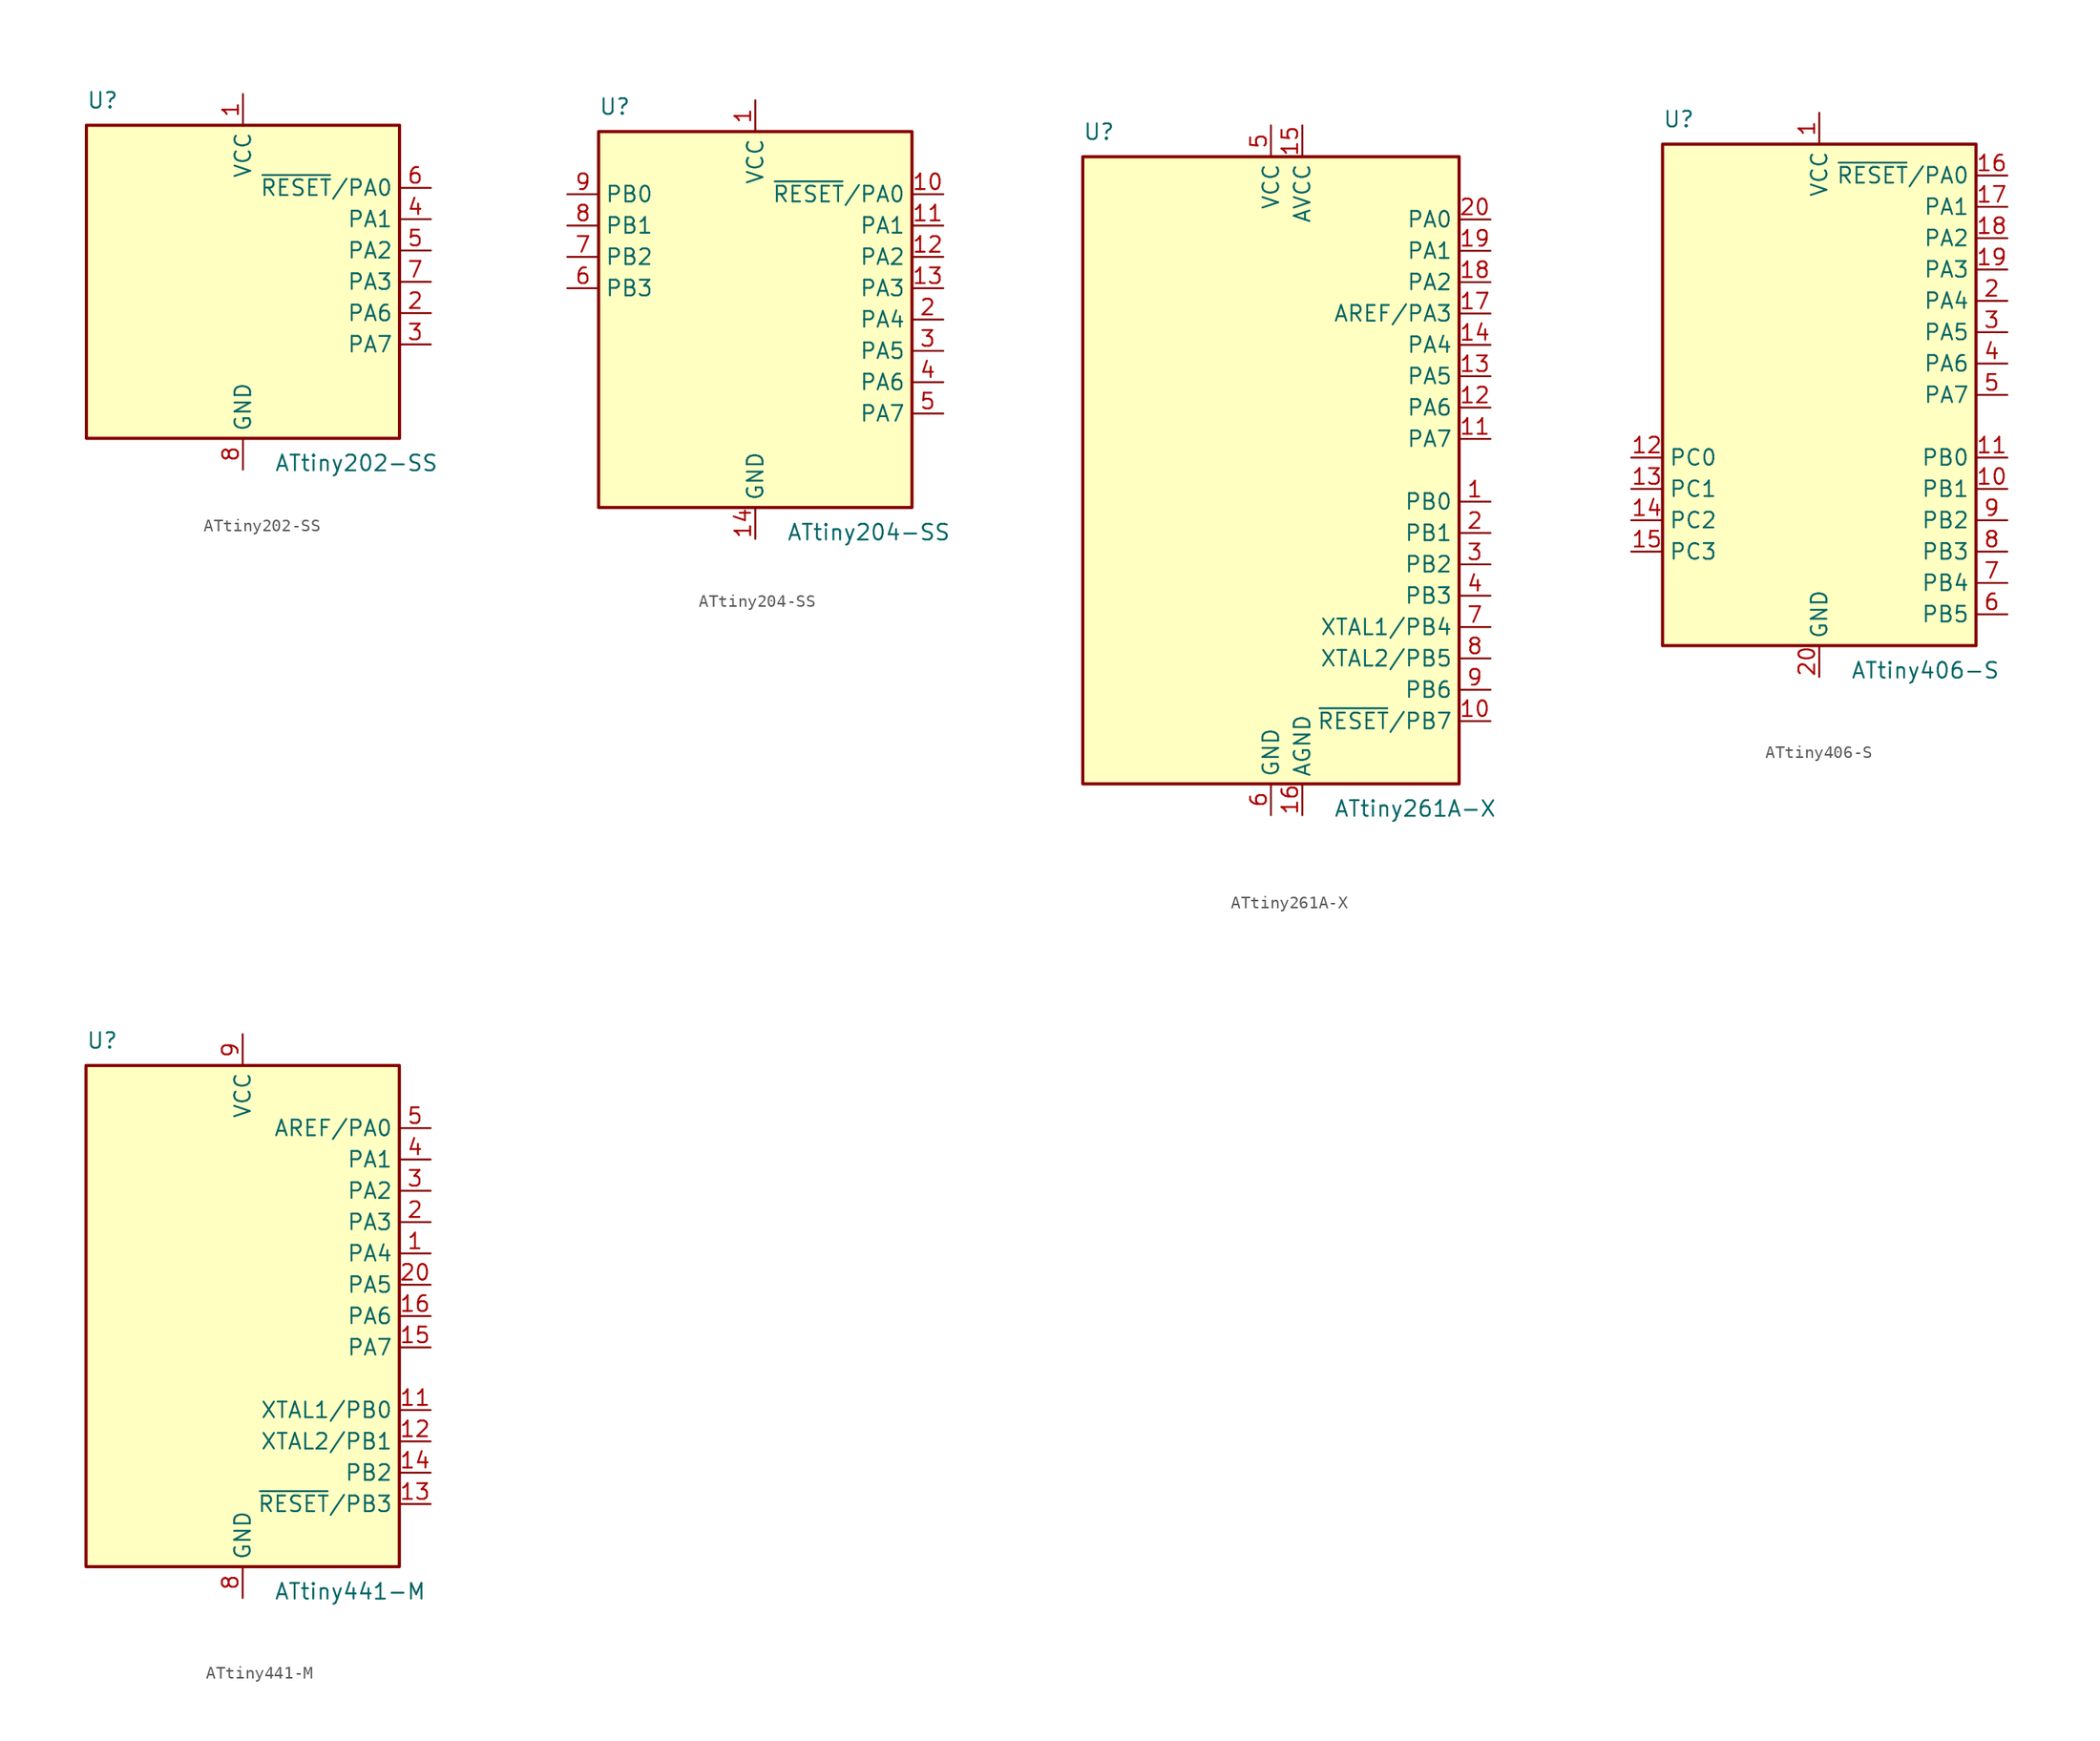
<source format=kicad_sym>
(kicad_symbol_lib
  (version 20211014)
  (generator kicad_symbol_editor)
  (symbol "ATtiny202-SS"
    (property "Reference" "U"
      (at -12.7 13.97 0)
      (effects (font (size 1.27 1.27)) (justify left bottom)))
    (property "Value" "ATtiny202-SS"
      (at 2.54 -13.97 0)
      (effects (font (size 1.27 1.27)) (justify left top)))
    (symbol "ATtiny202-SS_0_1"
      (rectangle (start -12.7 -12.7) (end 12.7 12.7) (stroke (width 0.254) (type default) (color 0 0 0 0)) (fill (type background))))
    (symbol "ATtiny202-SS_1_1"
      (pin power_in line (at 0 15.24 270) (length 2.54) (name "VCC" (effects (font (size 1.27 1.27)))) (number "1" (effects (font (size 1.27 1.27)))))
      (pin bidirectional line (at 15.24 -2.54 180) (length 2.54) (name "PA6" (effects (font (size 1.27 1.27)))) (number "2" (effects (font (size 1.27 1.27)))))
      (pin bidirectional line (at 15.24 -5.08 180) (length 2.54) (name "PA7" (effects (font (size 1.27 1.27)))) (number "3" (effects (font (size 1.27 1.27)))))
      (pin bidirectional line (at 15.24 5.08 180) (length 2.54) (name "PA1" (effects (font (size 1.27 1.27)))) (number "4" (effects (font (size 1.27 1.27)))))
      (pin bidirectional line (at 15.24 2.54 180) (length 2.54) (name "PA2" (effects (font (size 1.27 1.27)))) (number "5" (effects (font (size 1.27 1.27)))))
      (pin bidirectional line (at 15.24 7.62 180) (length 2.54) (name "~{RESET}/PA0" (effects (font (size 1.27 1.27)))) (number "6" (effects (font (size 1.27 1.27)))))
      (pin bidirectional line (at 15.24 0 180) (length 2.54) (name "PA3" (effects (font (size 1.27 1.27)))) (number "7" (effects (font (size 1.27 1.27)))))
      (pin power_in line (at 0 -15.24 90) (length 2.54) (name "GND" (effects (font (size 1.27 1.27)))) (number "8" (effects (font (size 1.27 1.27)))))))
  (symbol "ATtiny204-SS"
    (property "Reference" "U"
      (at -12.7 16.51 0)
      (effects (font (size 1.27 1.27)) (justify left bottom)))
    (property "Value" "ATtiny204-SS"
      (at 2.54 -16.51 0)
      (effects (font (size 1.27 1.27)) (justify left top)))
    (symbol "ATtiny204-SS_0_1"
      (rectangle (start -12.7 -15.24) (end 12.7 15.24) (stroke (width 0.254) (type default) (color 0 0 0 0)) (fill (type background))))
    (symbol "ATtiny204-SS_1_1"
      (pin power_in line (at 0 17.78 270) (length 2.54) (name "VCC" (effects (font (size 1.27 1.27)))) (number "1" (effects (font (size 1.27 1.27)))))
      (pin bidirectional line (at 15.24 10.16 180) (length 2.54) (name "~{RESET}/PA0" (effects (font (size 1.27 1.27)))) (number "10" (effects (font (size 1.27 1.27)))))
      (pin bidirectional line (at 15.24 7.62 180) (length 2.54) (name "PA1" (effects (font (size 1.27 1.27)))) (number "11" (effects (font (size 1.27 1.27)))))
      (pin bidirectional line (at 15.24 5.08 180) (length 2.54) (name "PA2" (effects (font (size 1.27 1.27)))) (number "12" (effects (font (size 1.27 1.27)))))
      (pin bidirectional line (at 15.24 2.54 180) (length 2.54) (name "PA3" (effects (font (size 1.27 1.27)))) (number "13" (effects (font (size 1.27 1.27)))))
      (pin power_in line (at 0 -17.78 90) (length 2.54) (name "GND" (effects (font (size 1.27 1.27)))) (number "14" (effects (font (size 1.27 1.27)))))
      (pin bidirectional line (at 15.24 0 180) (length 2.54) (name "PA4" (effects (font (size 1.27 1.27)))) (number "2" (effects (font (size 1.27 1.27)))))
      (pin bidirectional line (at 15.24 -2.54 180) (length 2.54) (name "PA5" (effects (font (size 1.27 1.27)))) (number "3" (effects (font (size 1.27 1.27)))))
      (pin bidirectional line (at 15.24 -5.08 180) (length 2.54) (name "PA6" (effects (font (size 1.27 1.27)))) (number "4" (effects (font (size 1.27 1.27)))))
      (pin bidirectional line (at 15.24 -7.62 180) (length 2.54) (name "PA7" (effects (font (size 1.27 1.27)))) (number "5" (effects (font (size 1.27 1.27)))))
      (pin bidirectional line (at -15.24 2.54 0) (length 2.54) (name "PB3" (effects (font (size 1.27 1.27)))) (number "6" (effects (font (size 1.27 1.27)))))
      (pin bidirectional line (at -15.24 5.08 0) (length 2.54) (name "PB2" (effects (font (size 1.27 1.27)))) (number "7" (effects (font (size 1.27 1.27)))))
      (pin bidirectional line (at -15.24 7.62 0) (length 2.54) (name "PB1" (effects (font (size 1.27 1.27)))) (number "8" (effects (font (size 1.27 1.27)))))
      (pin bidirectional line (at -15.24 10.16 0) (length 2.54) (name "PB0" (effects (font (size 1.27 1.27)))) (number "9" (effects (font (size 1.27 1.27)))))))
  (symbol "ATtiny261A-X"
    (property "Reference" "U"
      (at -15.24 26.67 0)
      (effects (font (size 1.27 1.27)) (justify left bottom)))
    (property "Value" "ATtiny261A-X"
      (at 5.08 -26.67 0)
      (effects (font (size 1.27 1.27)) (justify left top)))
    (symbol "ATtiny261A-X_0_1"
      (rectangle (start -15.24 -25.4) (end 15.24 25.4) (stroke (width 0.254) (type default) (color 0 0 0 0)) (fill (type background))))
    (symbol "ATtiny261A-X_1_1"
      (pin bidirectional line (at 17.78 -2.54 180) (length 2.54) (name "PB0" (effects (font (size 1.27 1.27)))) (number "1" (effects (font (size 1.27 1.27)))))
      (pin bidirectional line (at 17.78 -20.32 180) (length 2.54) (name "~{RESET}/PB7" (effects (font (size 1.27 1.27)))) (number "10" (effects (font (size 1.27 1.27)))))
      (pin bidirectional line (at 17.78 2.54 180) (length 2.54) (name "PA7" (effects (font (size 1.27 1.27)))) (number "11" (effects (font (size 1.27 1.27)))))
      (pin bidirectional line (at 17.78 5.08 180) (length 2.54) (name "PA6" (effects (font (size 1.27 1.27)))) (number "12" (effects (font (size 1.27 1.27)))))
      (pin bidirectional line (at 17.78 7.62 180) (length 2.54) (name "PA5" (effects (font (size 1.27 1.27)))) (number "13" (effects (font (size 1.27 1.27)))))
      (pin bidirectional line (at 17.78 10.16 180) (length 2.54) (name "PA4" (effects (font (size 1.27 1.27)))) (number "14" (effects (font (size 1.27 1.27)))))
      (pin power_in line (at 2.54 27.94 270) (length 2.54) (name "AVCC" (effects (font (size 1.27 1.27)))) (number "15" (effects (font (size 1.27 1.27)))))
      (pin power_in line (at 2.54 -27.94 90) (length 2.54) (name "AGND" (effects (font (size 1.27 1.27)))) (number "16" (effects (font (size 1.27 1.27)))))
      (pin bidirectional line (at 17.78 12.7 180) (length 2.54) (name "AREF/PA3" (effects (font (size 1.27 1.27)))) (number "17" (effects (font (size 1.27 1.27)))))
      (pin bidirectional line (at 17.78 15.24 180) (length 2.54) (name "PA2" (effects (font (size 1.27 1.27)))) (number "18" (effects (font (size 1.27 1.27)))))
      (pin bidirectional line (at 17.78 17.78 180) (length 2.54) (name "PA1" (effects (font (size 1.27 1.27)))) (number "19" (effects (font (size 1.27 1.27)))))
      (pin bidirectional line (at 17.78 -5.08 180) (length 2.54) (name "PB1" (effects (font (size 1.27 1.27)))) (number "2" (effects (font (size 1.27 1.27)))))
      (pin bidirectional line (at 17.78 20.32 180) (length 2.54) (name "PA0" (effects (font (size 1.27 1.27)))) (number "20" (effects (font (size 1.27 1.27)))))
      (pin bidirectional line (at 17.78 -7.62 180) (length 2.54) (name "PB2" (effects (font (size 1.27 1.27)))) (number "3" (effects (font (size 1.27 1.27)))))
      (pin bidirectional line (at 17.78 -10.16 180) (length 2.54) (name "PB3" (effects (font (size 1.27 1.27)))) (number "4" (effects (font (size 1.27 1.27)))))
      (pin power_in line (at 0 27.94 270) (length 2.54) (name "VCC" (effects (font (size 1.27 1.27)))) (number "5" (effects (font (size 1.27 1.27)))))
      (pin power_in line (at 0 -27.94 90) (length 2.54) (name "GND" (effects (font (size 1.27 1.27)))) (number "6" (effects (font (size 1.27 1.27)))))
      (pin bidirectional line (at 17.78 -12.7 180) (length 2.54) (name "XTAL1/PB4" (effects (font (size 1.27 1.27)))) (number "7" (effects (font (size 1.27 1.27)))))
      (pin bidirectional line (at 17.78 -15.24 180) (length 2.54) (name "XTAL2/PB5" (effects (font (size 1.27 1.27)))) (number "8" (effects (font (size 1.27 1.27)))))
      (pin bidirectional line (at 17.78 -17.78 180) (length 2.54) (name "PB6" (effects (font (size 1.27 1.27)))) (number "9" (effects (font (size 1.27 1.27)))))))
  (symbol "ATtiny406-S"
    (property "Reference" "U"
      (at -12.7 21.59 0)
      (effects (font (size 1.27 1.27)) (justify left bottom)))
    (property "Value" "ATtiny406-S"
      (at 2.54 -21.59 0)
      (effects (font (size 1.27 1.27)) (justify left top)))
    (symbol "ATtiny406-S_0_1"
      (rectangle (start -12.7 -20.32) (end 12.7 20.32) (stroke (width 0.254) (type default) (color 0 0 0 0)) (fill (type background))))
    (symbol "ATtiny406-S_1_1"
      (pin power_in line (at 0 22.86 270) (length 2.54) (name "VCC" (effects (font (size 1.27 1.27)))) (number "1" (effects (font (size 1.27 1.27)))))
      (pin bidirectional line (at 15.24 -7.62 180) (length 2.54) (name "PB1" (effects (font (size 1.27 1.27)))) (number "10" (effects (font (size 1.27 1.27)))))
      (pin bidirectional line (at 15.24 -5.08 180) (length 2.54) (name "PB0" (effects (font (size 1.27 1.27)))) (number "11" (effects (font (size 1.27 1.27)))))
      (pin bidirectional line (at -15.24 -5.08 0) (length 2.54) (name "PC0" (effects (font (size 1.27 1.27)))) (number "12" (effects (font (size 1.27 1.27)))))
      (pin bidirectional line (at -15.24 -7.62 0) (length 2.54) (name "PC1" (effects (font (size 1.27 1.27)))) (number "13" (effects (font (size 1.27 1.27)))))
      (pin bidirectional line (at -15.24 -10.16 0) (length 2.54) (name "PC2" (effects (font (size 1.27 1.27)))) (number "14" (effects (font (size 1.27 1.27)))))
      (pin bidirectional line (at -15.24 -12.7 0) (length 2.54) (name "PC3" (effects (font (size 1.27 1.27)))) (number "15" (effects (font (size 1.27 1.27)))))
      (pin bidirectional line (at 15.24 17.78 180) (length 2.54) (name "~{RESET}/PA0" (effects (font (size 1.27 1.27)))) (number "16" (effects (font (size 1.27 1.27)))))
      (pin bidirectional line (at 15.24 15.24 180) (length 2.54) (name "PA1" (effects (font (size 1.27 1.27)))) (number "17" (effects (font (size 1.27 1.27)))))
      (pin bidirectional line (at 15.24 12.7 180) (length 2.54) (name "PA2" (effects (font (size 1.27 1.27)))) (number "18" (effects (font (size 1.27 1.27)))))
      (pin bidirectional line (at 15.24 10.16 180) (length 2.54) (name "PA3" (effects (font (size 1.27 1.27)))) (number "19" (effects (font (size 1.27 1.27)))))
      (pin bidirectional line (at 15.24 7.62 180) (length 2.54) (name "PA4" (effects (font (size 1.27 1.27)))) (number "2" (effects (font (size 1.27 1.27)))))
      (pin power_in line (at 0 -22.86 90) (length 2.54) (name "GND" (effects (font (size 1.27 1.27)))) (number "20" (effects (font (size 1.27 1.27)))))
      (pin bidirectional line (at 15.24 5.08 180) (length 2.54) (name "PA5" (effects (font (size 1.27 1.27)))) (number "3" (effects (font (size 1.27 1.27)))))
      (pin bidirectional line (at 15.24 2.54 180) (length 2.54) (name "PA6" (effects (font (size 1.27 1.27)))) (number "4" (effects (font (size 1.27 1.27)))))
      (pin bidirectional line (at 15.24 0 180) (length 2.54) (name "PA7" (effects (font (size 1.27 1.27)))) (number "5" (effects (font (size 1.27 1.27)))))
      (pin bidirectional line (at 15.24 -17.78 180) (length 2.54) (name "PB5" (effects (font (size 1.27 1.27)))) (number "6" (effects (font (size 1.27 1.27)))))
      (pin bidirectional line (at 15.24 -15.24 180) (length 2.54) (name "PB4" (effects (font (size 1.27 1.27)))) (number "7" (effects (font (size 1.27 1.27)))))
      (pin bidirectional line (at 15.24 -12.7 180) (length 2.54) (name "PB3" (effects (font (size 1.27 1.27)))) (number "8" (effects (font (size 1.27 1.27)))))
      (pin bidirectional line (at 15.24 -10.16 180) (length 2.54) (name "PB2" (effects (font (size 1.27 1.27)))) (number "9" (effects (font (size 1.27 1.27)))))))
  (symbol "ATtiny441-M"
    (property "Reference" "U"
      (at -12.7 21.59 0)
      (effects (font (size 1.27 1.27)) (justify left bottom)))
    (property "Value" "ATtiny441-M"
      (at 2.54 -21.59 0)
      (effects (font (size 1.27 1.27)) (justify left top)))
    (symbol "ATtiny441-M_0_1"
      (rectangle (start -12.7 -20.32) (end 12.7 20.32) (stroke (width 0.254) (type default) (color 0 0 0 0)) (fill (type background))))
    (symbol "ATtiny441-M_1_1"
      (pin bidirectional line (at 15.24 5.08 180) (length 2.54) (name "PA4" (effects (font (size 1.27 1.27)))) (number "1" (effects (font (size 1.27 1.27)))))
      (pin no_connect line (at -12.7 -10.16 0) (length 2.54) hide (name "NC" (effects (font (size 1.27 1.27)))) (number "10" (effects (font (size 1.27 1.27)))))
      (pin bidirectional line (at 15.24 -7.62 180) (length 2.54) (name "XTAL1/PB0" (effects (font (size 1.27 1.27)))) (number "11" (effects (font (size 1.27 1.27)))))
      (pin bidirectional line (at 15.24 -10.16 180) (length 2.54) (name "XTAL2/PB1" (effects (font (size 1.27 1.27)))) (number "12" (effects (font (size 1.27 1.27)))))
      (pin bidirectional line (at 15.24 -15.24 180) (length 2.54) (name "~{RESET}/PB3" (effects (font (size 1.27 1.27)))) (number "13" (effects (font (size 1.27 1.27)))))
      (pin bidirectional line (at 15.24 -12.7 180) (length 2.54) (name "PB2" (effects (font (size 1.27 1.27)))) (number "14" (effects (font (size 1.27 1.27)))))
      (pin bidirectional line (at 15.24 -2.54 180) (length 2.54) (name "PA7" (effects (font (size 1.27 1.27)))) (number "15" (effects (font (size 1.27 1.27)))))
      (pin bidirectional line (at 15.24 0 180) (length 2.54) (name "PA6" (effects (font (size 1.27 1.27)))) (number "16" (effects (font (size 1.27 1.27)))))
      (pin no_connect line (at -12.7 -12.7 0) (length 2.54) hide (name "NC" (effects (font (size 1.27 1.27)))) (number "17" (effects (font (size 1.27 1.27)))))
      (pin no_connect line (at -12.7 -15.24 0) (length 2.54) hide (name "NC" (effects (font (size 1.27 1.27)))) (number "18" (effects (font (size 1.27 1.27)))))
      (pin no_connect line (at -12.7 -17.78 0) (length 2.54) hide (name "NC" (effects (font (size 1.27 1.27)))) (number "19" (effects (font (size 1.27 1.27)))))
      (pin bidirectional line (at 15.24 7.62 180) (length 2.54) (name "PA3" (effects (font (size 1.27 1.27)))) (number "2" (effects (font (size 1.27 1.27)))))
      (pin bidirectional line (at 15.24 2.54 180) (length 2.54) (name "PA5" (effects (font (size 1.27 1.27)))) (number "20" (effects (font (size 1.27 1.27)))))
      (pin passive line (at 0 -22.86 90) (length 2.54) hide (name "GND" (effects (font (size 1.27 1.27)))) (number "21" (effects (font (size 1.27 1.27)))))
      (pin bidirectional line (at 15.24 10.16 180) (length 2.54) (name "PA2" (effects (font (size 1.27 1.27)))) (number "3" (effects (font (size 1.27 1.27)))))
      (pin bidirectional line (at 15.24 12.7 180) (length 2.54) (name "PA1" (effects (font (size 1.27 1.27)))) (number "4" (effects (font (size 1.27 1.27)))))
      (pin bidirectional line (at 15.24 15.24 180) (length 2.54) (name "AREF/PA0" (effects (font (size 1.27 1.27)))) (number "5" (effects (font (size 1.27 1.27)))))
      (pin no_connect line (at -12.7 -5.08 0) (length 2.54) hide (name "NC" (effects (font (size 1.27 1.27)))) (number "6" (effects (font (size 1.27 1.27)))))
      (pin no_connect line (at -12.7 -7.62 0) (length 2.54) hide (name "NC" (effects (font (size 1.27 1.27)))) (number "7" (effects (font (size 1.27 1.27)))))
      (pin power_in line (at 0 -22.86 90) (length 2.54) (name "GND" (effects (font (size 1.27 1.27)))) (number "8" (effects (font (size 1.27 1.27)))))
      (pin power_in line (at 0 22.86 270) (length 2.54) (name "VCC" (effects (font (size 1.27 1.27)))) (number "9" (effects (font (size 1.27 1.27))))))))
</source>
